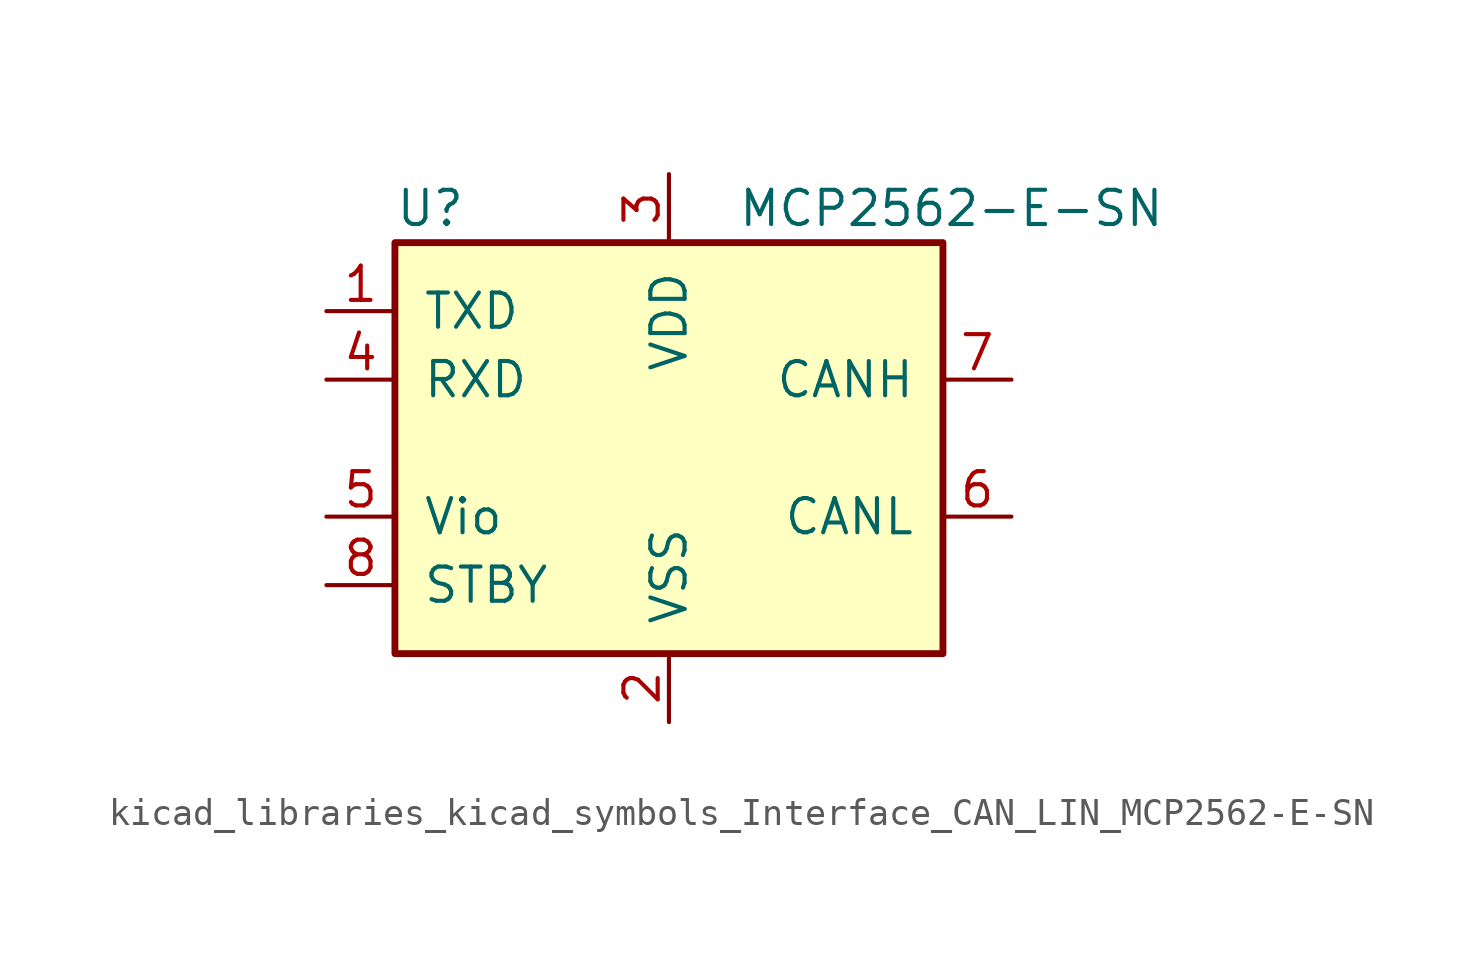
<source format=kicad_sym>
(kicad_symbol_lib
  (version 20220914)
  (generator kicad_symbol_editor)
  (symbol "kicad_libraries_kicad_symbols_Interface_CAN_LIN_MCP2562-E-SN"
    (pin_names
      (offset 1.016))
    (property "Reference" "U"
      (at -10.16 8.89 0)
      (effects (font (size 1.27 1.27)) (justify left)))
    (property "Value" "MCP2562-E-SN"
      (at 2.54 8.89 0)
      (effects (font (size 1.27 1.27)) (justify left)))
    (symbol "kicad_libraries_kicad_symbols_Interface_CAN_LIN_MCP2562-E-SN_0_1"
      (rectangle (start -10.16 7.62) (end 10.16 -7.62) (stroke (width 0.254) (type default)) (fill (type background))))
    (symbol "kicad_libraries_kicad_symbols_Interface_CAN_LIN_MCP2562-E-SN_1_1"
      (pin input line (at -12.7 5.08 0) (length 2.54) (name "TXD" (effects (font (size 1.27 1.27)))) (number "1" (effects (font (size 1.27 1.27)))))
      (pin power_in line (at 0 -10.16 90) (length 2.54) (name "VSS" (effects (font (size 1.27 1.27)))) (number "2" (effects (font (size 1.27 1.27)))))
      (pin power_in line (at 0 10.16 270) (length 2.54) (name "VDD" (effects (font (size 1.27 1.27)))) (number "3" (effects (font (size 1.27 1.27)))))
      (pin output line (at -12.7 2.54 0) (length 2.54) (name "RXD" (effects (font (size 1.27 1.27)))) (number "4" (effects (font (size 1.27 1.27)))))
      (pin power_in line (at -12.7 -2.54 0) (length 2.54) (name "Vio" (effects (font (size 1.27 1.27)))) (number "5" (effects (font (size 1.27 1.27)))))
      (pin bidirectional line (at 12.7 -2.54 180) (length 2.54) (name "CANL" (effects (font (size 1.27 1.27)))) (number "6" (effects (font (size 1.27 1.27)))))
      (pin bidirectional line (at 12.7 2.54 180) (length 2.54) (name "CANH" (effects (font (size 1.27 1.27)))) (number "7" (effects (font (size 1.27 1.27)))))
      (pin input line (at -12.7 -5.08 0) (length 2.54) (name "STBY" (effects (font (size 1.27 1.27)))) (number "8" (effects (font (size 1.27 1.27))))))))
</source>
